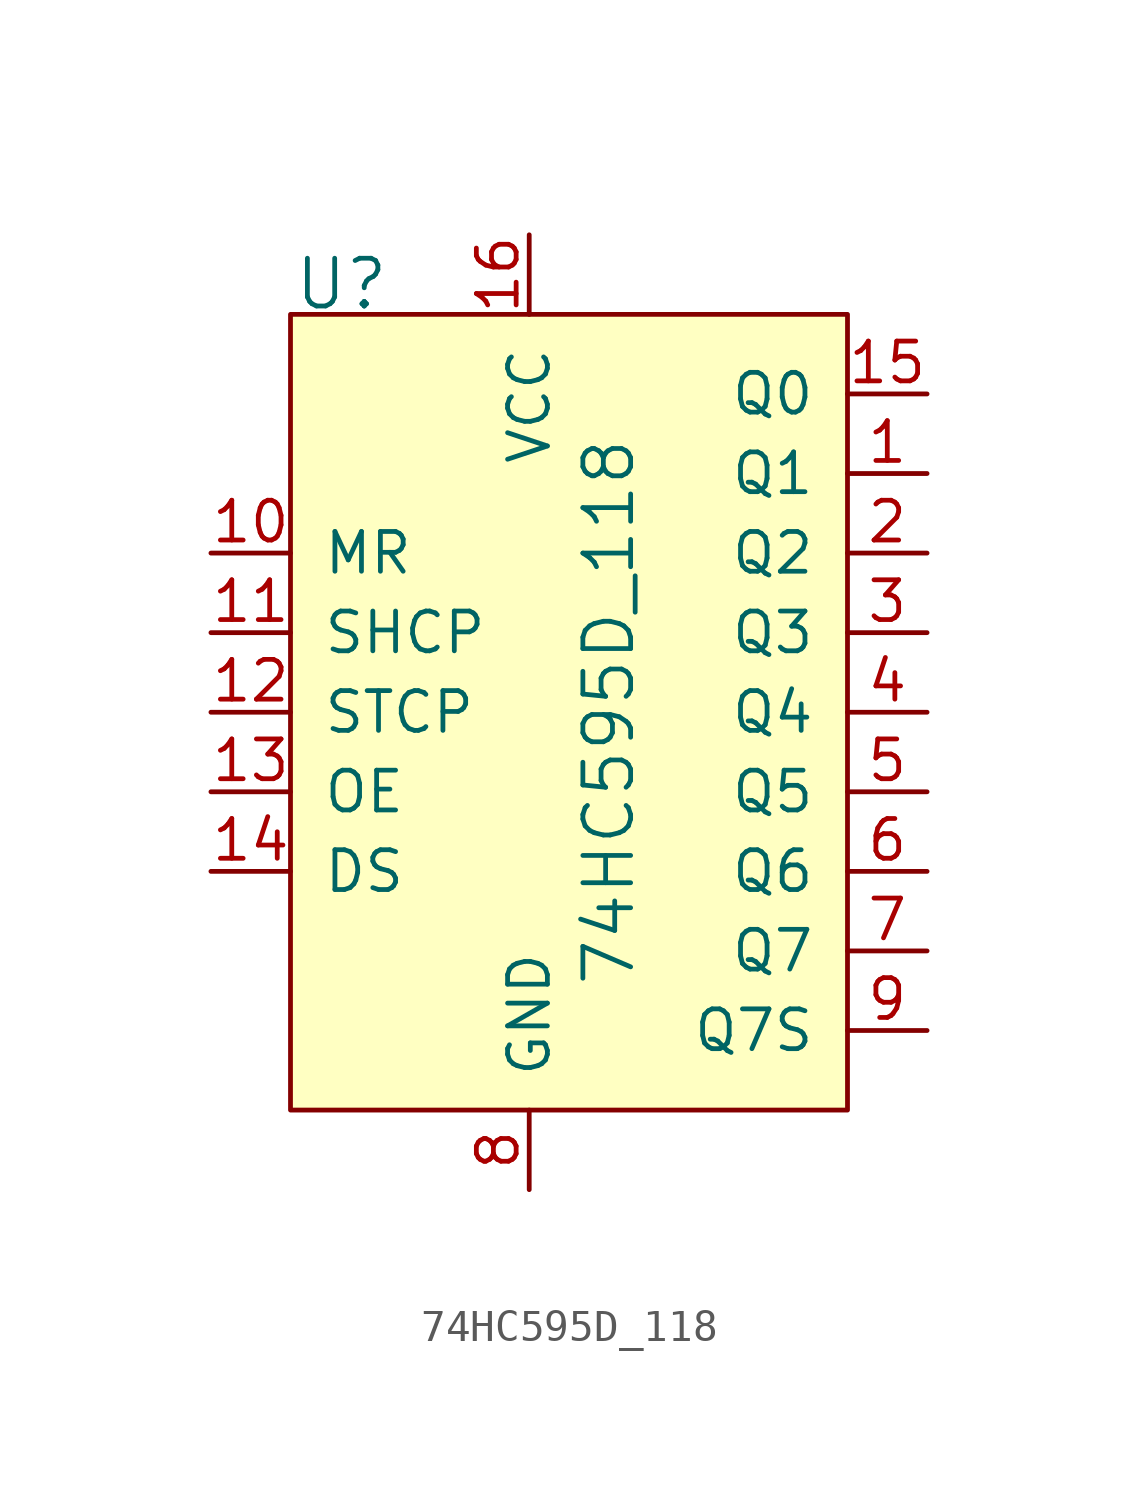
<source format=kicad_sym>
(kicad_symbol_lib
  (version 20220914)
  (generator kicad_symbol_editor)
  (symbol "74HC595D_118"
    (pin_names
      (offset 1.016))
    (property "Reference" "U"
      (at -7.544 0.965 0)
      (effects (font (size 1.524 1.524)) (justify left)))
    (property "Value" "74HC595D_118"
      (at 2.54 -12.7 90)
      (effects (font (size 1.524 1.524))))
    (symbol "74HC595D_118_0_1"
      (rectangle (start -7.62 0) (end 10.16 -25.4) (stroke (width 0) (type solid)) (fill (type background))))
    (symbol "74HC595D_118_1_1"
      (pin output line (at 12.7 -5.08 180) (length 2.54) (name "Q1" (effects (font (size 1.27 1.27)))) (number "1" (effects (font (size 1.27 1.27)))))
      (pin input line (at -10.16 -7.62 0) (length 2.54) (name "MR" (effects (font (size 1.27 1.27)))) (number "10" (effects (font (size 1.27 1.27)))))
      (pin input line (at -10.16 -10.16 0) (length 2.54) (name "SHCP" (effects (font (size 1.27 1.27)))) (number "11" (effects (font (size 1.27 1.27)))))
      (pin input line (at -10.16 -12.7 0) (length 2.54) (name "STCP" (effects (font (size 1.27 1.27)))) (number "12" (effects (font (size 1.27 1.27)))))
      (pin input line (at -10.16 -15.24 0) (length 2.54) (name "OE" (effects (font (size 1.27 1.27)))) (number "13" (effects (font (size 1.27 1.27)))))
      (pin input line (at -10.16 -17.78 0) (length 2.54) (name "DS" (effects (font (size 1.27 1.27)))) (number "14" (effects (font (size 1.27 1.27)))))
      (pin output line (at 12.7 -2.54 180) (length 2.54) (name "Q0" (effects (font (size 1.27 1.27)))) (number "15" (effects (font (size 1.27 1.27)))))
      (pin power_in line (at 0 2.54 270) (length 2.54) (name "VCC" (effects (font (size 1.27 1.27)))) (number "16" (effects (font (size 1.27 1.27)))))
      (pin output line (at 12.7 -7.62 180) (length 2.54) (name "Q2" (effects (font (size 1.27 1.27)))) (number "2" (effects (font (size 1.27 1.27)))))
      (pin output line (at 12.7 -10.16 180) (length 2.54) (name "Q3" (effects (font (size 1.27 1.27)))) (number "3" (effects (font (size 1.27 1.27)))))
      (pin output line (at 12.7 -12.7 180) (length 2.54) (name "Q4" (effects (font (size 1.27 1.27)))) (number "4" (effects (font (size 1.27 1.27)))))
      (pin output line (at 12.7 -15.24 180) (length 2.54) (name "Q5" (effects (font (size 1.27 1.27)))) (number "5" (effects (font (size 1.27 1.27)))))
      (pin output line (at 12.7 -17.78 180) (length 2.54) (name "Q6" (effects (font (size 1.27 1.27)))) (number "6" (effects (font (size 1.27 1.27)))))
      (pin output line (at 12.7 -20.32 180) (length 2.54) (name "Q7" (effects (font (size 1.27 1.27)))) (number "7" (effects (font (size 1.27 1.27)))))
      (pin power_in line (at 0 -27.94 90) (length 2.54) (name "GND" (effects (font (size 1.27 1.27)))) (number "8" (effects (font (size 1.27 1.27)))))
      (pin output line (at 12.7 -22.86 180) (length 2.54) (name "Q7S" (effects (font (size 1.27 1.27)))) (number "9" (effects (font (size 1.27 1.27))))))))
</source>
